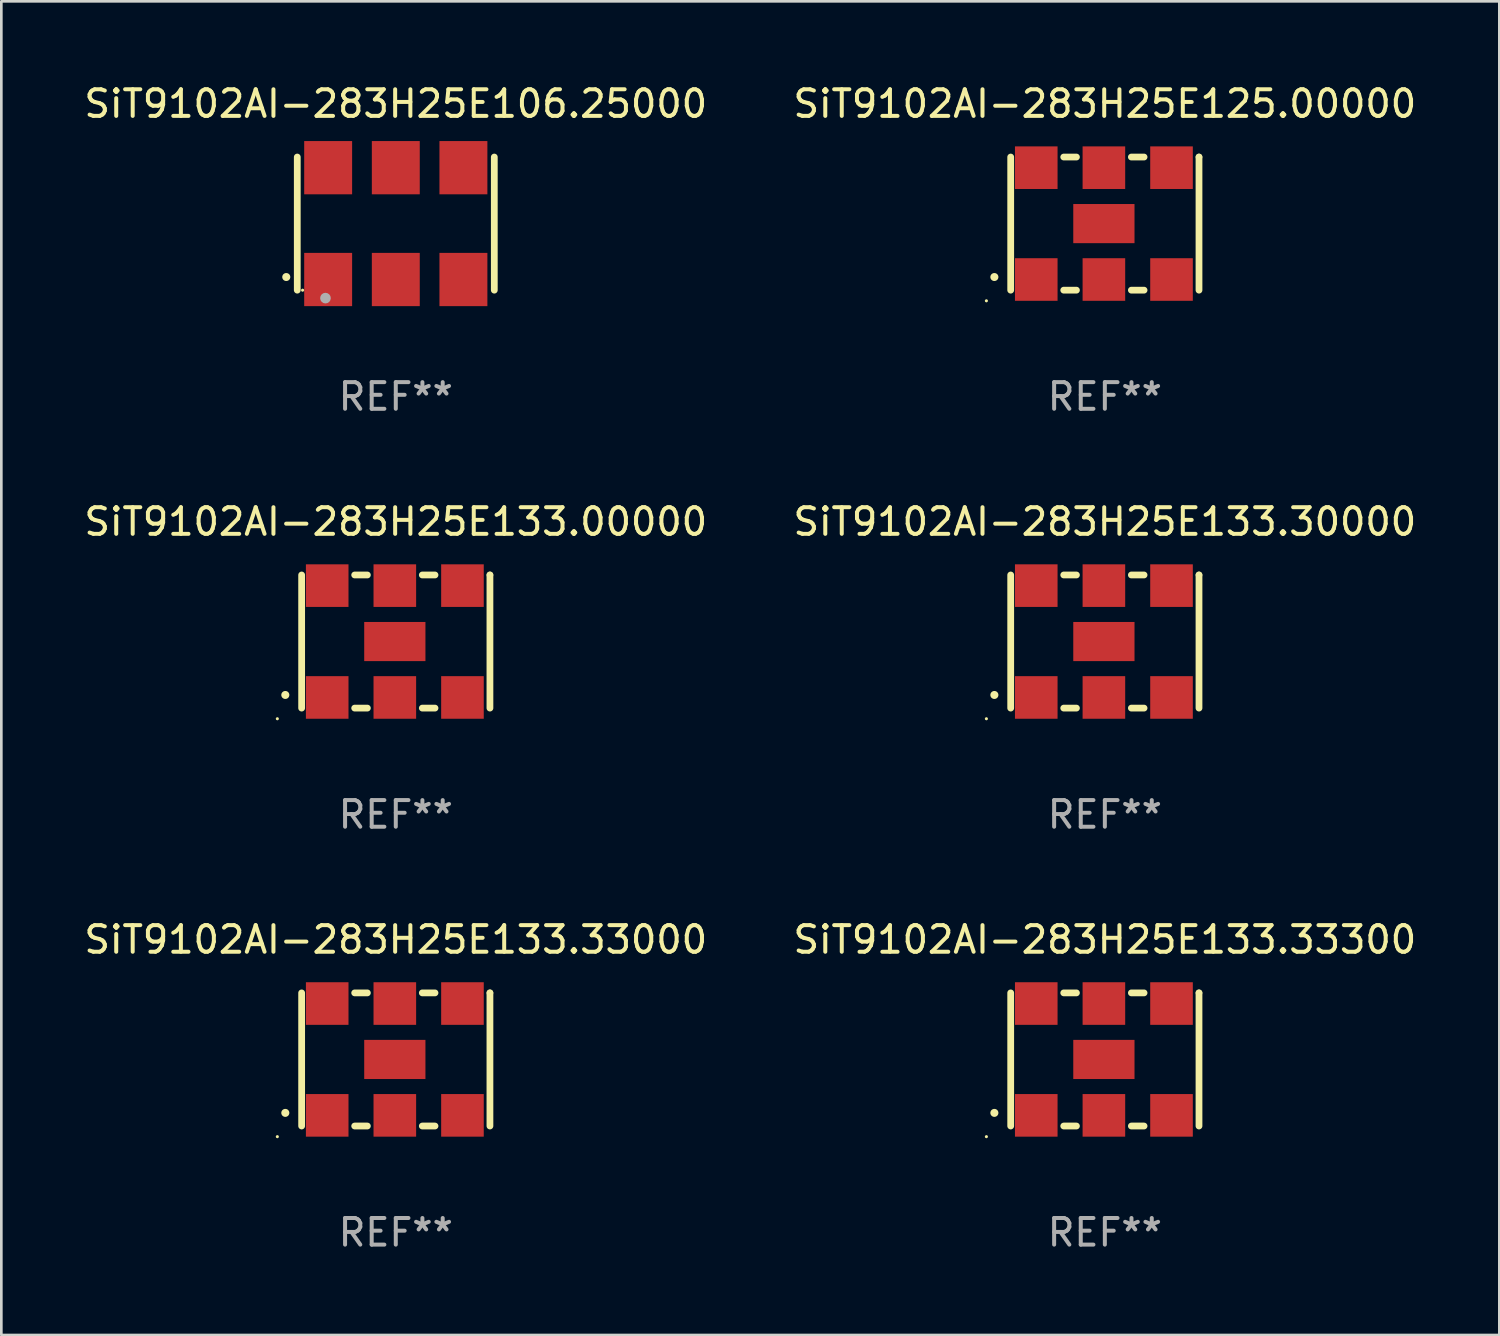
<source format=kicad_pcb>
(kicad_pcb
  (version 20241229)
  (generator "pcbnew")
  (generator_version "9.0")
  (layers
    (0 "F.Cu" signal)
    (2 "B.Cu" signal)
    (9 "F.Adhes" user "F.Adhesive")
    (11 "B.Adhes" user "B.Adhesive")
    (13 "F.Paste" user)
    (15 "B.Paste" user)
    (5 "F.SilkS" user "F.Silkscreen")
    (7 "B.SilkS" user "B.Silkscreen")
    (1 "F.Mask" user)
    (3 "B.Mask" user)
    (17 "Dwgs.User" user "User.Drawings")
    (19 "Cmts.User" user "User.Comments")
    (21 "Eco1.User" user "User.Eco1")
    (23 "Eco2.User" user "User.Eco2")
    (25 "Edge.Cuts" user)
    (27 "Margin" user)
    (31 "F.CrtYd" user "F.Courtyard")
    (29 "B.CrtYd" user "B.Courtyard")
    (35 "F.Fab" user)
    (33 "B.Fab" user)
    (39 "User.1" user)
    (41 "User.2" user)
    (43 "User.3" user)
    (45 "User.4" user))
  (footprint "SiT9102AI-283H25E106.25000"
    (layer "F.Cu")
    (at 11.815 5.348)
    (property "Reference" "SiT9102AI-283H25E106.25000" (at 0 -4.5 0) (layer "F.SilkS") (effects (font (size 1 1) (thickness 0.15))))
    (attr through_hole)
    (fp_line (start -3.7 -2.5) (end -3.7 2.5) (stroke (width 0.254) (type solid)) (layer "F.SilkS"))
    (fp_line (start 3.7 -2.5) (end 3.7 2.5) (stroke (width 0.254) (type solid)) (layer "F.SilkS"))
    (fp_arc (start -4.114415 2.006604) (mid -4.113145 2.006599) (end -4.111875 2.006604) (stroke (width 0.3) (type solid)) (layer "F.SilkS"))
    (fp_circle (center -3.5 2.501) (end -3.47 2.501) (stroke (width 0.06) (type solid)) (fill no) (layer "F.SilkS"))
    (fp_circle (center -2.641 2.799) (end -2.541 2.799) (stroke (width 0.2) (type solid)) (fill no) (layer "F.Fab"))
    (fp_text user "REF**" (at 0 6.5 0) (layer "F.Fab") (effects (font (size 1 1) (thickness 0.15))))
    (pad "1" smd rect (at -2.54 2.1) (size 1.8 2) (layers "F.Cu" "F.Mask" "F.Paste"))
    (pad "2" smd rect (at 0.000394 2.1) (size 1.8 2) (layers "F.Cu" "F.Mask" "F.Paste"))
    (pad "3" smd rect (at 2.54 2.1) (size 1.8 2) (layers "F.Cu" "F.Mask" "F.Paste"))
    (pad "4" smd rect (at 2.54 -2.1) (size 1.8 2) (layers "F.Cu" "F.Mask" "F.Paste"))
    (pad "5" smd rect (at 0.000394 -2.1) (size 1.8 2) (layers "F.Cu" "F.Mask" "F.Paste"))
    (pad "6" smd rect (at -2.54 -2.1) (size 1.8 2) (layers "F.Cu" "F.Mask" "F.Paste")))
  (footprint "SiT9102AI-283H25E133.33000"
    (layer "F.Cu")
    (at 11.815 36.741)
    (property "Reference" "SiT9102AI-283H25E133.33000" (at 0 -4.5 0) (layer "F.SilkS") (effects (font (size 1 1) (thickness 0.15))))
    (attr through_hole)
    (fp_line (start -3.536 -2.5) (end -3.536 2.5) (stroke (width 0.254) (type solid)) (layer "F.SilkS"))
    (fp_line (start -1.544 2.5) (end -1.067 2.5) (stroke (width 0.254) (type solid)) (layer "F.SilkS"))
    (fp_line (start -1.067 -2.5) (end -1.544 -2.5) (stroke (width 0.254) (type solid)) (layer "F.SilkS"))
    (fp_line (start 0.996 2.5) (end 1.473 2.5) (stroke (width 0.254) (type solid)) (layer "F.SilkS"))
    (fp_line (start 1.473 -2.5) (end 0.996 -2.5) (stroke (width 0.254) (type solid)) (layer "F.SilkS"))
    (fp_line (start 3.536 -2.5) (end 3.536 -2.5) (stroke (width 0.254) (type solid)) (layer "F.SilkS"))
    (fp_line (start 3.536 2.5) (end 3.536 -2.5) (stroke (width 0.254) (type solid)) (layer "F.SilkS"))
    (fp_arc (start -4.150432 2.006604) (mid -4.149162 2.006599) (end -4.147892 2.006604) (stroke (width 0.3) (type solid)) (layer "F.SilkS"))
    (fp_circle (center -4.449 2.9) (end -4.419 2.9) (stroke (width 0.06) (type solid)) (fill no) (layer "F.SilkS"))
    (fp_text user "REF**" (at 0 6.5 0) (layer "F.Fab") (effects (font (size 1 1) (thickness 0.15))))
    (pad "1" smd rect (at -2.576 2.1) (size 1.6 1.6) (layers "F.Cu" "F.Mask" "F.Paste"))
    (pad "2" smd rect (at -0.036 2.1) (size 1.6 1.6) (layers "F.Cu" "F.Mask" "F.Paste"))
    (pad "3" smd rect (at 2.504 2.1) (size 1.6 1.6) (layers "F.Cu" "F.Mask" "F.Paste"))
    (pad "4" smd rect (at 2.504 -2.1) (size 1.6 1.6) (layers "F.Cu" "F.Mask" "F.Paste"))
    (pad "5" smd rect (at -0.036 -2.1) (size 1.6 1.6) (layers "F.Cu" "F.Mask" "F.Paste"))
    (pad "6" smd rect (at -2.576 -2.1) (size 1.6 1.6) (layers "F.Cu" "F.Mask" "F.Paste"))
    (pad "7" smd rect (at -0.036 0) (size 2.3 1.47) (layers "F.Cu" "F.Mask" "F.Paste")))
  (footprint "SiT9102AI-283H25E125.00000"
    (layer "F.Cu")
    (at 38.446 5.348)
    (property "Reference" "SiT9102AI-283H25E125.00000" (at 0 -4.5 0) (layer "F.SilkS") (effects (font (size 1 1) (thickness 0.15))))
    (attr through_hole)
    (fp_line (start -3.536 -2.5) (end -3.536 2.5) (stroke (width 0.254) (type solid)) (layer "F.SilkS"))
    (fp_line (start -1.544 2.5) (end -1.067 2.5) (stroke (width 0.254) (type solid)) (layer "F.SilkS"))
    (fp_line (start -1.067 -2.5) (end -1.544 -2.5) (stroke (width 0.254) (type solid)) (layer "F.SilkS"))
    (fp_line (start 0.996 2.5) (end 1.473 2.5) (stroke (width 0.254) (type solid)) (layer "F.SilkS"))
    (fp_line (start 1.473 -2.5) (end 0.996 -2.5) (stroke (width 0.254) (type solid)) (layer "F.SilkS"))
    (fp_line (start 3.536 -2.5) (end 3.536 -2.5) (stroke (width 0.254) (type solid)) (layer "F.SilkS"))
    (fp_line (start 3.536 2.5) (end 3.536 -2.5) (stroke (width 0.254) (type solid)) (layer "F.SilkS"))
    (fp_arc (start -4.150432 2.006604) (mid -4.149162 2.006599) (end -4.147892 2.006604) (stroke (width 0.3) (type solid)) (layer "F.SilkS"))
    (fp_circle (center -4.449 2.9) (end -4.419 2.9) (stroke (width 0.06) (type solid)) (fill no) (layer "F.SilkS"))
    (fp_text user "REF**" (at 0 6.5 0) (layer "F.Fab") (effects (font (size 1 1) (thickness 0.15))))
    (pad "1" smd rect (at -2.576 2.1) (size 1.6 1.6) (layers "F.Cu" "F.Mask" "F.Paste"))
    (pad "2" smd rect (at -0.036 2.1) (size 1.6 1.6) (layers "F.Cu" "F.Mask" "F.Paste"))
    (pad "3" smd rect (at 2.504 2.1) (size 1.6 1.6) (layers "F.Cu" "F.Mask" "F.Paste"))
    (pad "4" smd rect (at 2.504 -2.1) (size 1.6 1.6) (layers "F.Cu" "F.Mask" "F.Paste"))
    (pad "5" smd rect (at -0.036 -2.1) (size 1.6 1.6) (layers "F.Cu" "F.Mask" "F.Paste"))
    (pad "6" smd rect (at -2.576 -2.1) (size 1.6 1.6) (layers "F.Cu" "F.Mask" "F.Paste"))
    (pad "7" smd rect (at -0.036 0) (size 2.3 1.47) (layers "F.Cu" "F.Mask" "F.Paste")))
  (footprint "SiT9102AI-283H25E133.30000"
    (layer "F.Cu")
    (at 38.446 21.045)
    (property "Reference" "SiT9102AI-283H25E133.30000" (at 0 -4.5 0) (layer "F.SilkS") (effects (font (size 1 1) (thickness 0.15))))
    (attr through_hole)
    (fp_line (start -3.536 -2.5) (end -3.536 2.5) (stroke (width 0.254) (type solid)) (layer "F.SilkS"))
    (fp_line (start -1.544 2.5) (end -1.067 2.5) (stroke (width 0.254) (type solid)) (layer "F.SilkS"))
    (fp_line (start -1.067 -2.5) (end -1.544 -2.5) (stroke (width 0.254) (type solid)) (layer "F.SilkS"))
    (fp_line (start 0.996 2.5) (end 1.473 2.5) (stroke (width 0.254) (type solid)) (layer "F.SilkS"))
    (fp_line (start 1.473 -2.5) (end 0.996 -2.5) (stroke (width 0.254) (type solid)) (layer "F.SilkS"))
    (fp_line (start 3.536 -2.5) (end 3.536 -2.5) (stroke (width 0.254) (type solid)) (layer "F.SilkS"))
    (fp_line (start 3.536 2.5) (end 3.536 -2.5) (stroke (width 0.254) (type solid)) (layer "F.SilkS"))
    (fp_arc (start -4.150432 2.006604) (mid -4.149162 2.006599) (end -4.147892 2.006604) (stroke (width 0.3) (type solid)) (layer "F.SilkS"))
    (fp_circle (center -4.449 2.9) (end -4.419 2.9) (stroke (width 0.06) (type solid)) (fill no) (layer "F.SilkS"))
    (fp_text user "REF**" (at 0 6.5 0) (layer "F.Fab") (effects (font (size 1 1) (thickness 0.15))))
    (pad "1" smd rect (at -2.576 2.1) (size 1.6 1.6) (layers "F.Cu" "F.Mask" "F.Paste"))
    (pad "2" smd rect (at -0.036 2.1) (size 1.6 1.6) (layers "F.Cu" "F.Mask" "F.Paste"))
    (pad "3" smd rect (at 2.504 2.1) (size 1.6 1.6) (layers "F.Cu" "F.Mask" "F.Paste"))
    (pad "4" smd rect (at 2.504 -2.1) (size 1.6 1.6) (layers "F.Cu" "F.Mask" "F.Paste"))
    (pad "5" smd rect (at -0.036 -2.1) (size 1.6 1.6) (layers "F.Cu" "F.Mask" "F.Paste"))
    (pad "6" smd rect (at -2.576 -2.1) (size 1.6 1.6) (layers "F.Cu" "F.Mask" "F.Paste"))
    (pad "7" smd rect (at -0.036 0) (size 2.3 1.47) (layers "F.Cu" "F.Mask" "F.Paste")))
  (footprint "SiT9102AI-283H25E133.00000"
    (layer "F.Cu")
    (at 11.815 21.045)
    (property "Reference" "SiT9102AI-283H25E133.00000" (at 0 -4.5 0) (layer "F.SilkS") (effects (font (size 1 1) (thickness 0.15))))
    (attr through_hole)
    (fp_line (start -3.536 -2.5) (end -3.536 2.5) (stroke (width 0.254) (type solid)) (layer "F.SilkS"))
    (fp_line (start -1.544 2.5) (end -1.067 2.5) (stroke (width 0.254) (type solid)) (layer "F.SilkS"))
    (fp_line (start -1.067 -2.5) (end -1.544 -2.5) (stroke (width 0.254) (type solid)) (layer "F.SilkS"))
    (fp_line (start 0.996 2.5) (end 1.473 2.5) (stroke (width 0.254) (type solid)) (layer "F.SilkS"))
    (fp_line (start 1.473 -2.5) (end 0.996 -2.5) (stroke (width 0.254) (type solid)) (layer "F.SilkS"))
    (fp_line (start 3.536 -2.5) (end 3.536 -2.5) (stroke (width 0.254) (type solid)) (layer "F.SilkS"))
    (fp_line (start 3.536 2.5) (end 3.536 -2.5) (stroke (width 0.254) (type solid)) (layer "F.SilkS"))
    (fp_arc (start -4.150432 2.006604) (mid -4.149162 2.006599) (end -4.147892 2.006604) (stroke (width 0.3) (type solid)) (layer "F.SilkS"))
    (fp_circle (center -4.449 2.9) (end -4.419 2.9) (stroke (width 0.06) (type solid)) (fill no) (layer "F.SilkS"))
    (fp_text user "REF**" (at 0 6.5 0) (layer "F.Fab") (effects (font (size 1 1) (thickness 0.15))))
    (pad "1" smd rect (at -2.576 2.1) (size 1.6 1.6) (layers "F.Cu" "F.Mask" "F.Paste"))
    (pad "2" smd rect (at -0.036 2.1) (size 1.6 1.6) (layers "F.Cu" "F.Mask" "F.Paste"))
    (pad "3" smd rect (at 2.504 2.1) (size 1.6 1.6) (layers "F.Cu" "F.Mask" "F.Paste"))
    (pad "4" smd rect (at 2.504 -2.1) (size 1.6 1.6) (layers "F.Cu" "F.Mask" "F.Paste"))
    (pad "5" smd rect (at -0.036 -2.1) (size 1.6 1.6) (layers "F.Cu" "F.Mask" "F.Paste"))
    (pad "6" smd rect (at -2.576 -2.1) (size 1.6 1.6) (layers "F.Cu" "F.Mask" "F.Paste"))
    (pad "7" smd rect (at -0.036 0) (size 2.3 1.47) (layers "F.Cu" "F.Mask" "F.Paste")))
  (footprint "SiT9102AI-283H25E133.33300"
    (layer "F.Cu")
    (at 38.446 36.741)
    (property "Reference" "SiT9102AI-283H25E133.33300" (at 0 -4.5 0) (layer "F.SilkS") (effects (font (size 1 1) (thickness 0.15))))
    (attr through_hole)
    (fp_line (start -3.536 -2.5) (end -3.536 2.5) (stroke (width 0.254) (type solid)) (layer "F.SilkS"))
    (fp_line (start -1.544 2.5) (end -1.067 2.5) (stroke (width 0.254) (type solid)) (layer "F.SilkS"))
    (fp_line (start -1.067 -2.5) (end -1.544 -2.5) (stroke (width 0.254) (type solid)) (layer "F.SilkS"))
    (fp_line (start 0.996 2.5) (end 1.473 2.5) (stroke (width 0.254) (type solid)) (layer "F.SilkS"))
    (fp_line (start 1.473 -2.5) (end 0.996 -2.5) (stroke (width 0.254) (type solid)) (layer "F.SilkS"))
    (fp_line (start 3.536 -2.5) (end 3.536 -2.5) (stroke (width 0.254) (type solid)) (layer "F.SilkS"))
    (fp_line (start 3.536 2.5) (end 3.536 -2.5) (stroke (width 0.254) (type solid)) (layer "F.SilkS"))
    (fp_arc (start -4.150432 2.006604) (mid -4.149162 2.006599) (end -4.147892 2.006604) (stroke (width 0.3) (type solid)) (layer "F.SilkS"))
    (fp_circle (center -4.449 2.9) (end -4.419 2.9) (stroke (width 0.06) (type solid)) (fill no) (layer "F.SilkS"))
    (fp_text user "REF**" (at 0 6.5 0) (layer "F.Fab") (effects (font (size 1 1) (thickness 0.15))))
    (pad "1" smd rect (at -2.576 2.1) (size 1.6 1.6) (layers "F.Cu" "F.Mask" "F.Paste"))
    (pad "2" smd rect (at -0.036 2.1) (size 1.6 1.6) (layers "F.Cu" "F.Mask" "F.Paste"))
    (pad "3" smd rect (at 2.504 2.1) (size 1.6 1.6) (layers "F.Cu" "F.Mask" "F.Paste"))
    (pad "4" smd rect (at 2.504 -2.1) (size 1.6 1.6) (layers "F.Cu" "F.Mask" "F.Paste"))
    (pad "5" smd rect (at -0.036 -2.1) (size 1.6 1.6) (layers "F.Cu" "F.Mask" "F.Paste"))
    (pad "6" smd rect (at -2.576 -2.1) (size 1.6 1.6) (layers "F.Cu" "F.Mask" "F.Paste"))
    (pad "7" smd rect (at -0.036 0) (size 2.3 1.47) (layers "F.Cu" "F.Mask" "F.Paste")))
  (gr_rect
    (start -3 -3)
    (end 53.262 47.09)
    (stroke (width 0.1) (type default))
    (fill no)
    (layer "Edge.Cuts")))
</source>
